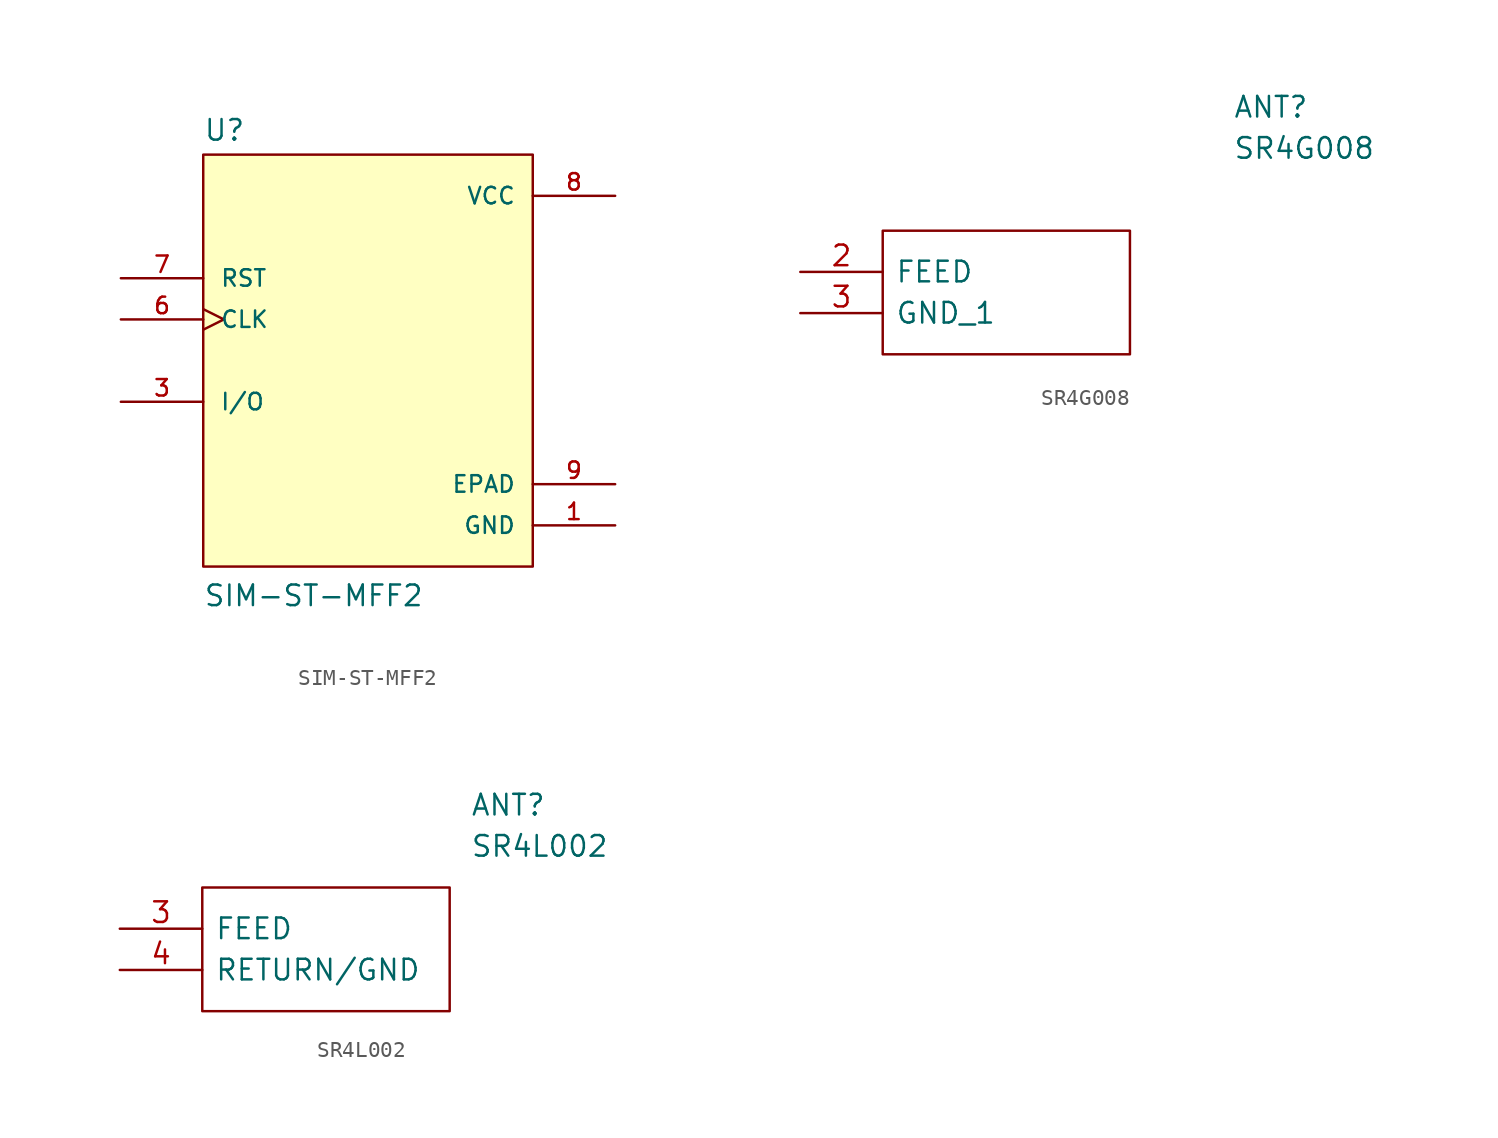
<source format=kicad_sym>
(kicad_symbol_lib
  (version 20211014)
  (generator kicad_symbol_editor)
  (symbol "SIM-ST-MFF2"
    (pin_names
      (offset 1.016))
    (property "Reference" "U"
      (at -10.16 13.462 0)
      (effects (font (size 1.27 1.27)) (justify left bottom)))
    (property "Value" "SIM-ST-MFF2"
      (at -10.16 -15.24 0)
      (effects (font (size 1.27 1.27)) (justify left bottom)))
    (symbol "SIM-ST-MFF2_0_0"
      (rectangle (start -10.16 -12.7) (end 10.16 12.7) (stroke (width 0.152) (type default) (color 0 0 0 0)) (fill (type background)))
      (pin power_in line (at 15.24 -10.16 180) (length 5.08) (name "GND" (effects (font (size 1.016 1.016)))) (number "1" (effects (font (size 1.016 1.016)))))
      (pin bidirectional line (at -15.24 -2.54 0) (length 5.08) (name "I/O" (effects (font (size 1.016 1.016)))) (number "3" (effects (font (size 1.016 1.016)))))
      (pin input clock (at -15.24 2.54 0) (length 5.08) (name "CLK" (effects (font (size 1.016 1.016)))) (number "6" (effects (font (size 1.016 1.016)))))
      (pin input line (at -15.24 5.08 0) (length 5.08) (name "RST" (effects (font (size 1.016 1.016)))) (number "7" (effects (font (size 1.016 1.016)))))
      (pin power_in line (at 15.24 10.16 180) (length 5.08) (name "VCC" (effects (font (size 1.016 1.016)))) (number "8" (effects (font (size 1.016 1.016)))))
      (pin passive line (at 15.24 -7.62 180) (length 5.08) (name "EPAD" (effects (font (size 1.016 1.016)))) (number "9" (effects (font (size 1.016 1.016)))))))
  (symbol "SR4G008"
    (pin_names
      (offset 0.762))
    (property "Reference" "ANT"
      (at 26.67 7.62 0)
      (effects (font (size 1.27 1.27)) (justify left)))
    (property "Value" "SR4G008"
      (at 26.67 5.08 0)
      (effects (font (size 1.27 1.27)) (justify left)))
    (symbol "SR4G008_0_0"
      (pin passive line (at 0 2.54 0) (length 5.08) hide (name "NC_1" (effects (font (size 1.27 1.27)))) (number "1" (effects (font (size 1.27 1.27)))))
      (pin passive line (at 0 -2.54 0) (length 5.08) (name "FEED" (effects (font (size 1.27 1.27)))) (number "2" (effects (font (size 1.27 1.27)))))
      (pin passive line (at 0 -5.08 0) (length 5.08) (name "GND_1" (effects (font (size 1.27 1.27)))) (number "3" (effects (font (size 1.27 1.27)))))
      (pin passive line (at 0 2.54 0) (length 5.08) hide (name "GND_2" (effects (font (size 1.27 1.27)))) (number "4" (effects (font (size 1.27 1.27)))))
      (pin passive line (at 0 2.54 0) (length 5.08) hide (name "NC_2" (effects (font (size 1.27 1.27)))) (number "5" (effects (font (size 1.27 1.27)))))
      (pin passive line (at 0 2.54 0) (length 5.08) hide (name "GND_3" (effects (font (size 1.27 1.27)))) (number "6" (effects (font (size 1.27 1.27))))))
    (symbol "SR4G008_0_1"
      (polyline (pts (xy 5.08 0) (xy 20.32 0) (xy 20.32 -7.62) (xy 5.08 -7.62) (xy 5.08 0)) (stroke (width 0.152) (type default) (color 0 0 0 0)) (fill (type none)))))
  (symbol "SR4L002"
    (pin_names
      (offset 0.762))
    (property "Reference" "ANT"
      (at 21.59 7.62 0)
      (effects (font (size 1.27 1.27)) (justify left)))
    (property "Value" "SR4L002"
      (at 21.59 5.08 0)
      (effects (font (size 1.27 1.27)) (justify left)))
    (symbol "SR4L002_0_0"
      (pin passive line (at 0 0 0) (length 5.08) hide (name "NOT_USED_1" (effects (font (size 1.27 1.27)))) (number "1" (effects (font (size 1.27 1.27)))))
      (pin passive line (at 0 0 0) (length 5.08) hide (name "NOT_USED_8" (effects (font (size 1.27 1.27)))) (number "10" (effects (font (size 1.27 1.27)))))
      (pin passive line (at 0 0 0) (length 5.08) hide (name "NOT_USED_9" (effects (font (size 1.27 1.27)))) (number "11" (effects (font (size 1.27 1.27)))))
      (pin passive line (at 0 0 0) (length 5.08) hide (name "NOT_USED_10" (effects (font (size 1.27 1.27)))) (number "12" (effects (font (size 1.27 1.27)))))
      (pin passive line (at 0 0 0) (length 5.08) hide (name "NOT_USED_11" (effects (font (size 1.27 1.27)))) (number "13" (effects (font (size 1.27 1.27)))))
      (pin passive line (at 0 0 0) (length 5.08) hide (name "NOT_USED_12" (effects (font (size 1.27 1.27)))) (number "14" (effects (font (size 1.27 1.27)))))
      (pin passive line (at 0 0 0) (length 5.08) hide (name "NOT_USED_13" (effects (font (size 1.27 1.27)))) (number "15" (effects (font (size 1.27 1.27)))))
      (pin passive line (at 0 0 0) (length 5.08) hide (name "NOT_USED_14" (effects (font (size 1.27 1.27)))) (number "16" (effects (font (size 1.27 1.27)))))
      (pin passive line (at 0 0 0) (length 5.08) hide (name "NOT_USED_2" (effects (font (size 1.27 1.27)))) (number "2" (effects (font (size 1.27 1.27)))))
      (pin passive line (at 0 0 0) (length 5.08) (name "FEED" (effects (font (size 1.27 1.27)))) (number "3" (effects (font (size 1.27 1.27)))))
      (pin passive line (at 0 -2.54 0) (length 5.08) (name "RETURN/GND" (effects (font (size 1.27 1.27)))) (number "4" (effects (font (size 1.27 1.27)))))
      (pin passive line (at 0 0 0) (length 5.08) hide (name "NOT_USED_3" (effects (font (size 1.27 1.27)))) (number "5" (effects (font (size 1.27 1.27)))))
      (pin passive line (at 0 0 0) (length 5.08) hide (name "NOT_USED_4" (effects (font (size 1.27 1.27)))) (number "6" (effects (font (size 1.27 1.27)))))
      (pin passive line (at 0 0 0) (length 5.08) hide (name "NOT_USED_5" (effects (font (size 1.27 1.27)))) (number "7" (effects (font (size 1.27 1.27)))))
      (pin passive line (at 0 0 0) (length 5.08) hide (name "NOT_USED_6" (effects (font (size 1.27 1.27)))) (number "8" (effects (font (size 1.27 1.27)))))
      (pin passive line (at 0 0 0) (length 5.08) hide (name "NOT_USED_7" (effects (font (size 1.27 1.27)))) (number "9" (effects (font (size 1.27 1.27))))))
    (symbol "SR4L002_0_1"
      (polyline (pts (xy 5.08 2.54) (xy 20.32 2.54) (xy 20.32 -5.08) (xy 5.08 -5.08) (xy 5.08 2.54)) (stroke (width 0.152) (type default) (color 0 0 0 0)) (fill (type none))))))
</source>
